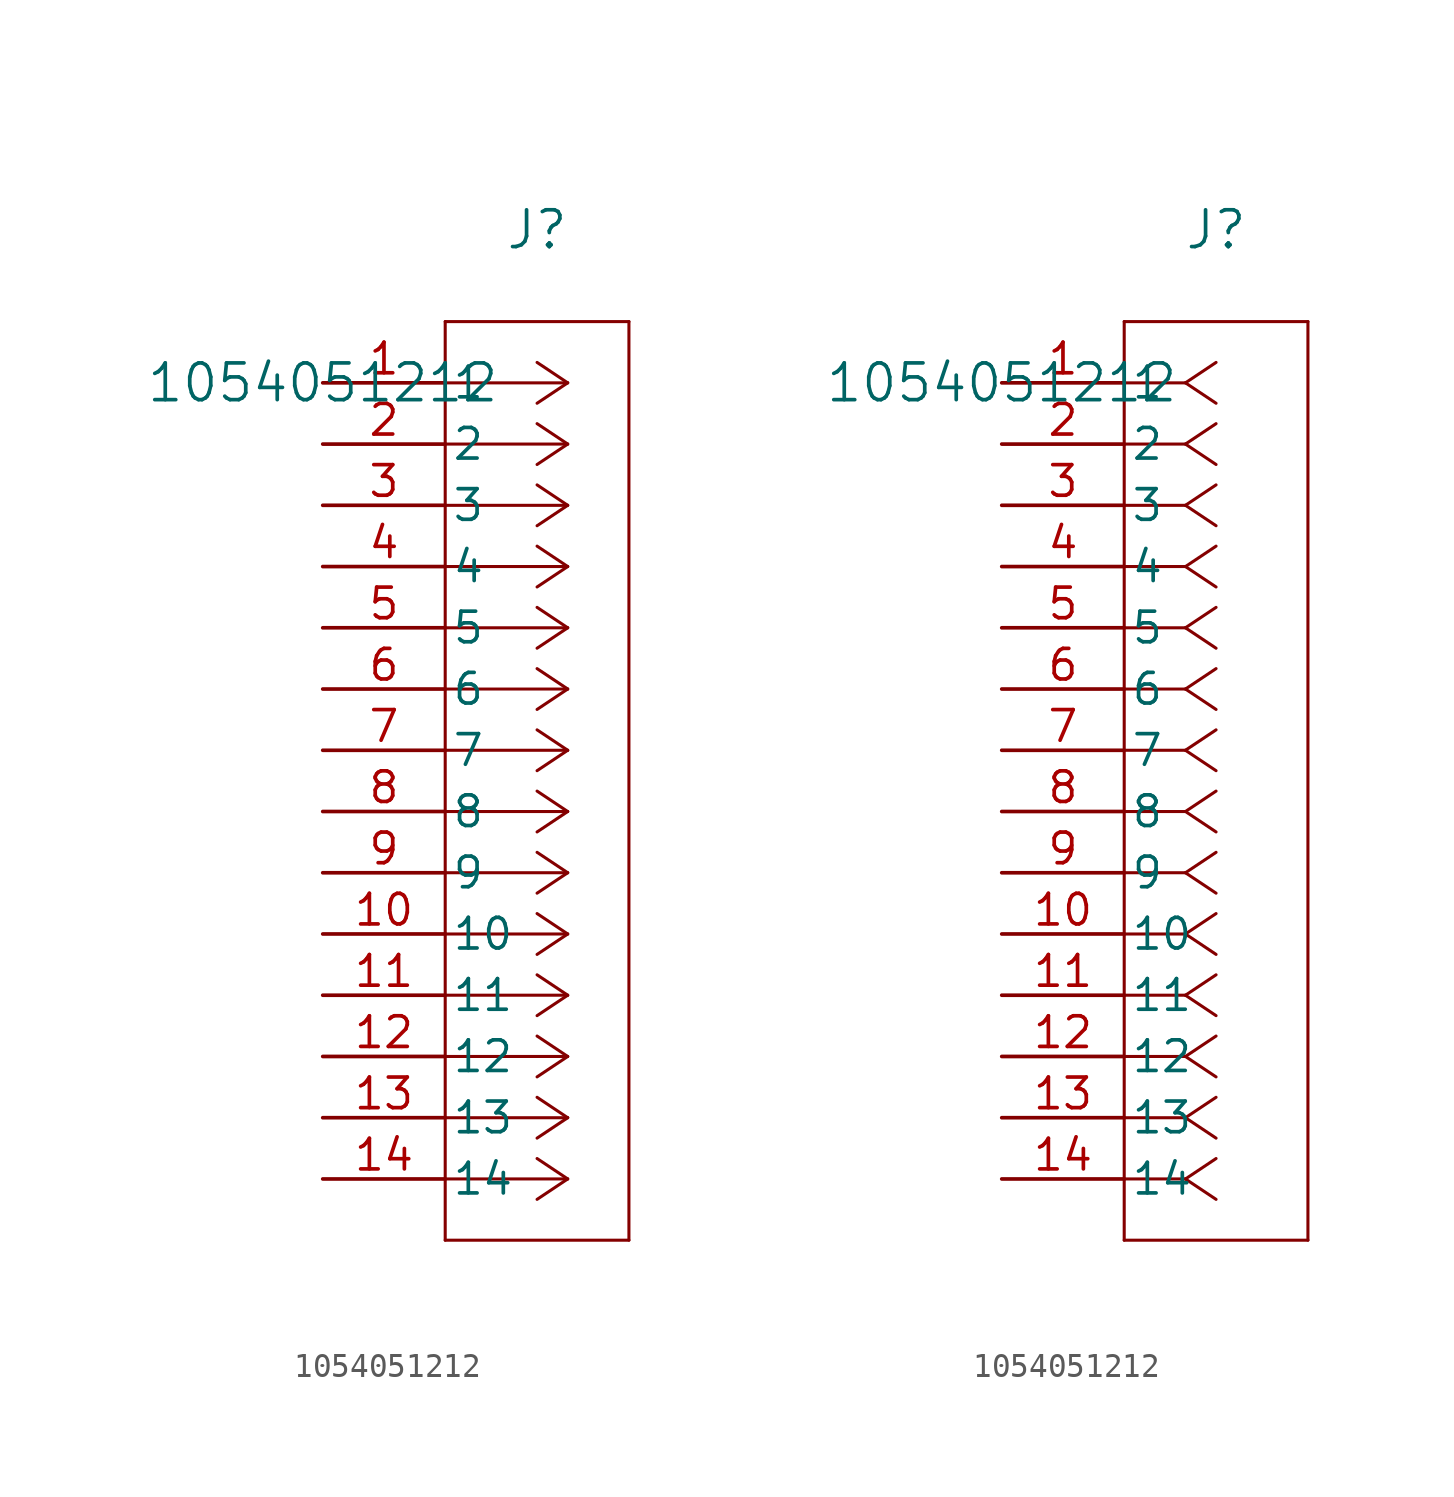
<source format=kicad_sym>
(kicad_symbol_lib
  (version 20231120)
  (generator "kicad_symbol_editor")
  (generator_version "8.0")
  (symbol "1054051212"
    (pin_names
      (offset 0.254))
    (property "Reference" "J"
      (at 8.89 6.35 0)
      (effects (font (size 1.524 1.524))))
    (property "Value" "1054051212"
      (at 0 0 0)
      (effects (font (size 1.524 1.524))))
    (property "ki_locked" ""
      (at 0 0 0)
      (effects (font (size 1.27 1.27))))
    (symbol "1054051212_1_1"
      (polyline (pts (xy 5.08 -35.56) (xy 12.7 -35.56)) (stroke (width 0.127) (type default)) (fill (type none)))
      (polyline (pts (xy 5.08 2.54) (xy 5.08 -35.56)) (stroke (width 0.127) (type default)) (fill (type none)))
      (polyline (pts (xy 10.16 -33.02) (xy 5.08 -33.02)) (stroke (width 0.127) (type default)) (fill (type none)))
      (polyline (pts (xy 10.16 -33.02) (xy 8.89 -33.867)) (stroke (width 0.127) (type default)) (fill (type none)))
      (polyline (pts (xy 10.16 -33.02) (xy 8.89 -32.173)) (stroke (width 0.127) (type default)) (fill (type none)))
      (polyline (pts (xy 10.16 -30.48) (xy 5.08 -30.48)) (stroke (width 0.127) (type default)) (fill (type none)))
      (polyline (pts (xy 10.16 -30.48) (xy 8.89 -31.327)) (stroke (width 0.127) (type default)) (fill (type none)))
      (polyline (pts (xy 10.16 -30.48) (xy 8.89 -29.633)) (stroke (width 0.127) (type default)) (fill (type none)))
      (polyline (pts (xy 10.16 -27.94) (xy 5.08 -27.94)) (stroke (width 0.127) (type default)) (fill (type none)))
      (polyline (pts (xy 10.16 -27.94) (xy 8.89 -28.787)) (stroke (width 0.127) (type default)) (fill (type none)))
      (polyline (pts (xy 10.16 -27.94) (xy 8.89 -27.093)) (stroke (width 0.127) (type default)) (fill (type none)))
      (polyline (pts (xy 10.16 -25.4) (xy 5.08 -25.4)) (stroke (width 0.127) (type default)) (fill (type none)))
      (polyline (pts (xy 10.16 -25.4) (xy 8.89 -26.247)) (stroke (width 0.127) (type default)) (fill (type none)))
      (polyline (pts (xy 10.16 -25.4) (xy 8.89 -24.553)) (stroke (width 0.127) (type default)) (fill (type none)))
      (polyline (pts (xy 10.16 -22.86) (xy 5.08 -22.86)) (stroke (width 0.127) (type default)) (fill (type none)))
      (polyline (pts (xy 10.16 -22.86) (xy 8.89 -23.707)) (stroke (width 0.127) (type default)) (fill (type none)))
      (polyline (pts (xy 10.16 -22.86) (xy 8.89 -22.013)) (stroke (width 0.127) (type default)) (fill (type none)))
      (polyline (pts (xy 10.16 -20.32) (xy 5.08 -20.32)) (stroke (width 0.127) (type default)) (fill (type none)))
      (polyline (pts (xy 10.16 -20.32) (xy 8.89 -21.167)) (stroke (width 0.127) (type default)) (fill (type none)))
      (polyline (pts (xy 10.16 -20.32) (xy 8.89 -19.473)) (stroke (width 0.127) (type default)) (fill (type none)))
      (polyline (pts (xy 10.16 -17.78) (xy 5.08 -17.78)) (stroke (width 0.127) (type default)) (fill (type none)))
      (polyline (pts (xy 10.16 -17.78) (xy 8.89 -18.627)) (stroke (width 0.127) (type default)) (fill (type none)))
      (polyline (pts (xy 10.16 -17.78) (xy 8.89 -16.933)) (stroke (width 0.127) (type default)) (fill (type none)))
      (polyline (pts (xy 10.16 -15.24) (xy 5.08 -15.24)) (stroke (width 0.127) (type default)) (fill (type none)))
      (polyline (pts (xy 10.16 -15.24) (xy 8.89 -16.087)) (stroke (width 0.127) (type default)) (fill (type none)))
      (polyline (pts (xy 10.16 -15.24) (xy 8.89 -14.393)) (stroke (width 0.127) (type default)) (fill (type none)))
      (polyline (pts (xy 10.16 -12.7) (xy 5.08 -12.7)) (stroke (width 0.127) (type default)) (fill (type none)))
      (polyline (pts (xy 10.16 -12.7) (xy 8.89 -13.547)) (stroke (width 0.127) (type default)) (fill (type none)))
      (polyline (pts (xy 10.16 -12.7) (xy 8.89 -11.853)) (stroke (width 0.127) (type default)) (fill (type none)))
      (polyline (pts (xy 10.16 -10.16) (xy 5.08 -10.16)) (stroke (width 0.127) (type default)) (fill (type none)))
      (polyline (pts (xy 10.16 -10.16) (xy 8.89 -11.007)) (stroke (width 0.127) (type default)) (fill (type none)))
      (polyline (pts (xy 10.16 -10.16) (xy 8.89 -9.313)) (stroke (width 0.127) (type default)) (fill (type none)))
      (polyline (pts (xy 10.16 -7.62) (xy 5.08 -7.62)) (stroke (width 0.127) (type default)) (fill (type none)))
      (polyline (pts (xy 10.16 -7.62) (xy 8.89 -8.467)) (stroke (width 0.127) (type default)) (fill (type none)))
      (polyline (pts (xy 10.16 -7.62) (xy 8.89 -6.773)) (stroke (width 0.127) (type default)) (fill (type none)))
      (polyline (pts (xy 10.16 -5.08) (xy 5.08 -5.08)) (stroke (width 0.127) (type default)) (fill (type none)))
      (polyline (pts (xy 10.16 -5.08) (xy 8.89 -5.927)) (stroke (width 0.127) (type default)) (fill (type none)))
      (polyline (pts (xy 10.16 -5.08) (xy 8.89 -4.233)) (stroke (width 0.127) (type default)) (fill (type none)))
      (polyline (pts (xy 10.16 -2.54) (xy 5.08 -2.54)) (stroke (width 0.127) (type default)) (fill (type none)))
      (polyline (pts (xy 10.16 -2.54) (xy 8.89 -3.387)) (stroke (width 0.127) (type default)) (fill (type none)))
      (polyline (pts (xy 10.16 -2.54) (xy 8.89 -1.693)) (stroke (width 0.127) (type default)) (fill (type none)))
      (polyline (pts (xy 10.16 0) (xy 5.08 0)) (stroke (width 0.127) (type default)) (fill (type none)))
      (polyline (pts (xy 10.16 0) (xy 8.89 -0.847)) (stroke (width 0.127) (type default)) (fill (type none)))
      (polyline (pts (xy 10.16 0) (xy 8.89 0.847)) (stroke (width 0.127) (type default)) (fill (type none)))
      (polyline (pts (xy 12.7 -35.56) (xy 12.7 2.54)) (stroke (width 0.127) (type default)) (fill (type none)))
      (polyline (pts (xy 12.7 2.54) (xy 5.08 2.54)) (stroke (width 0.127) (type default)) (fill (type none)))
      (pin unspecified line (at 0 0 0) (length 5.08) (name "1" (effects (font (size 1.27 1.27)))) (number "1" (effects (font (size 1.27 1.27)))))
      (pin unspecified line (at 0 -22.86 0) (length 5.08) (name "10" (effects (font (size 1.27 1.27)))) (number "10" (effects (font (size 1.27 1.27)))))
      (pin unspecified line (at 0 -25.4 0) (length 5.08) (name "11" (effects (font (size 1.27 1.27)))) (number "11" (effects (font (size 1.27 1.27)))))
      (pin unspecified line (at 0 -27.94 0) (length 5.08) (name "12" (effects (font (size 1.27 1.27)))) (number "12" (effects (font (size 1.27 1.27)))))
      (pin unspecified line (at 0 -30.48 0) (length 5.08) (name "13" (effects (font (size 1.27 1.27)))) (number "13" (effects (font (size 1.27 1.27)))))
      (pin unspecified line (at 0 -33.02 0) (length 5.08) (name "14" (effects (font (size 1.27 1.27)))) (number "14" (effects (font (size 1.27 1.27)))))
      (pin unspecified line (at 0 -2.54 0) (length 5.08) (name "2" (effects (font (size 1.27 1.27)))) (number "2" (effects (font (size 1.27 1.27)))))
      (pin unspecified line (at 0 -5.08 0) (length 5.08) (name "3" (effects (font (size 1.27 1.27)))) (number "3" (effects (font (size 1.27 1.27)))))
      (pin unspecified line (at 0 -7.62 0) (length 5.08) (name "4" (effects (font (size 1.27 1.27)))) (number "4" (effects (font (size 1.27 1.27)))))
      (pin unspecified line (at 0 -10.16 0) (length 5.08) (name "5" (effects (font (size 1.27 1.27)))) (number "5" (effects (font (size 1.27 1.27)))))
      (pin unspecified line (at 0 -12.7 0) (length 5.08) (name "6" (effects (font (size 1.27 1.27)))) (number "6" (effects (font (size 1.27 1.27)))))
      (pin unspecified line (at 0 -15.24 0) (length 5.08) (name "7" (effects (font (size 1.27 1.27)))) (number "7" (effects (font (size 1.27 1.27)))))
      (pin unspecified line (at 0 -17.78 0) (length 5.08) (name "8" (effects (font (size 1.27 1.27)))) (number "8" (effects (font (size 1.27 1.27)))))
      (pin unspecified line (at 0 -20.32 0) (length 5.08) (name "9" (effects (font (size 1.27 1.27)))) (number "9" (effects (font (size 1.27 1.27))))))
    (symbol "1054051212_1_2"
      (polyline (pts (xy 5.08 -35.56) (xy 12.7 -35.56)) (stroke (width 0.127) (type default)) (fill (type none)))
      (polyline (pts (xy 5.08 2.54) (xy 5.08 -35.56)) (stroke (width 0.127) (type default)) (fill (type none)))
      (polyline (pts (xy 7.62 -33.02) (xy 5.08 -33.02)) (stroke (width 0.127) (type default)) (fill (type none)))
      (polyline (pts (xy 7.62 -33.02) (xy 8.89 -33.867)) (stroke (width 0.127) (type default)) (fill (type none)))
      (polyline (pts (xy 7.62 -33.02) (xy 8.89 -32.173)) (stroke (width 0.127) (type default)) (fill (type none)))
      (polyline (pts (xy 7.62 -30.48) (xy 5.08 -30.48)) (stroke (width 0.127) (type default)) (fill (type none)))
      (polyline (pts (xy 7.62 -30.48) (xy 8.89 -31.327)) (stroke (width 0.127) (type default)) (fill (type none)))
      (polyline (pts (xy 7.62 -30.48) (xy 8.89 -29.633)) (stroke (width 0.127) (type default)) (fill (type none)))
      (polyline (pts (xy 7.62 -27.94) (xy 5.08 -27.94)) (stroke (width 0.127) (type default)) (fill (type none)))
      (polyline (pts (xy 7.62 -27.94) (xy 8.89 -28.787)) (stroke (width 0.127) (type default)) (fill (type none)))
      (polyline (pts (xy 7.62 -27.94) (xy 8.89 -27.093)) (stroke (width 0.127) (type default)) (fill (type none)))
      (polyline (pts (xy 7.62 -25.4) (xy 5.08 -25.4)) (stroke (width 0.127) (type default)) (fill (type none)))
      (polyline (pts (xy 7.62 -25.4) (xy 8.89 -26.247)) (stroke (width 0.127) (type default)) (fill (type none)))
      (polyline (pts (xy 7.62 -25.4) (xy 8.89 -24.553)) (stroke (width 0.127) (type default)) (fill (type none)))
      (polyline (pts (xy 7.62 -22.86) (xy 5.08 -22.86)) (stroke (width 0.127) (type default)) (fill (type none)))
      (polyline (pts (xy 7.62 -22.86) (xy 8.89 -23.707)) (stroke (width 0.127) (type default)) (fill (type none)))
      (polyline (pts (xy 7.62 -22.86) (xy 8.89 -22.013)) (stroke (width 0.127) (type default)) (fill (type none)))
      (polyline (pts (xy 7.62 -20.32) (xy 5.08 -20.32)) (stroke (width 0.127) (type default)) (fill (type none)))
      (polyline (pts (xy 7.62 -20.32) (xy 8.89 -21.167)) (stroke (width 0.127) (type default)) (fill (type none)))
      (polyline (pts (xy 7.62 -20.32) (xy 8.89 -19.473)) (stroke (width 0.127) (type default)) (fill (type none)))
      (polyline (pts (xy 7.62 -17.78) (xy 5.08 -17.78)) (stroke (width 0.127) (type default)) (fill (type none)))
      (polyline (pts (xy 7.62 -17.78) (xy 8.89 -18.627)) (stroke (width 0.127) (type default)) (fill (type none)))
      (polyline (pts (xy 7.62 -17.78) (xy 8.89 -16.933)) (stroke (width 0.127) (type default)) (fill (type none)))
      (polyline (pts (xy 7.62 -15.24) (xy 5.08 -15.24)) (stroke (width 0.127) (type default)) (fill (type none)))
      (polyline (pts (xy 7.62 -15.24) (xy 8.89 -16.087)) (stroke (width 0.127) (type default)) (fill (type none)))
      (polyline (pts (xy 7.62 -15.24) (xy 8.89 -14.393)) (stroke (width 0.127) (type default)) (fill (type none)))
      (polyline (pts (xy 7.62 -12.7) (xy 5.08 -12.7)) (stroke (width 0.127) (type default)) (fill (type none)))
      (polyline (pts (xy 7.62 -12.7) (xy 8.89 -13.547)) (stroke (width 0.127) (type default)) (fill (type none)))
      (polyline (pts (xy 7.62 -12.7) (xy 8.89 -11.853)) (stroke (width 0.127) (type default)) (fill (type none)))
      (polyline (pts (xy 7.62 -10.16) (xy 5.08 -10.16)) (stroke (width 0.127) (type default)) (fill (type none)))
      (polyline (pts (xy 7.62 -10.16) (xy 8.89 -11.007)) (stroke (width 0.127) (type default)) (fill (type none)))
      (polyline (pts (xy 7.62 -10.16) (xy 8.89 -9.313)) (stroke (width 0.127) (type default)) (fill (type none)))
      (polyline (pts (xy 7.62 -7.62) (xy 5.08 -7.62)) (stroke (width 0.127) (type default)) (fill (type none)))
      (polyline (pts (xy 7.62 -7.62) (xy 8.89 -8.467)) (stroke (width 0.127) (type default)) (fill (type none)))
      (polyline (pts (xy 7.62 -7.62) (xy 8.89 -6.773)) (stroke (width 0.127) (type default)) (fill (type none)))
      (polyline (pts (xy 7.62 -5.08) (xy 5.08 -5.08)) (stroke (width 0.127) (type default)) (fill (type none)))
      (polyline (pts (xy 7.62 -5.08) (xy 8.89 -5.927)) (stroke (width 0.127) (type default)) (fill (type none)))
      (polyline (pts (xy 7.62 -5.08) (xy 8.89 -4.233)) (stroke (width 0.127) (type default)) (fill (type none)))
      (polyline (pts (xy 7.62 -2.54) (xy 5.08 -2.54)) (stroke (width 0.127) (type default)) (fill (type none)))
      (polyline (pts (xy 7.62 -2.54) (xy 8.89 -3.387)) (stroke (width 0.127) (type default)) (fill (type none)))
      (polyline (pts (xy 7.62 -2.54) (xy 8.89 -1.693)) (stroke (width 0.127) (type default)) (fill (type none)))
      (polyline (pts (xy 7.62 0) (xy 5.08 0)) (stroke (width 0.127) (type default)) (fill (type none)))
      (polyline (pts (xy 7.62 0) (xy 8.89 -0.847)) (stroke (width 0.127) (type default)) (fill (type none)))
      (polyline (pts (xy 7.62 0) (xy 8.89 0.847)) (stroke (width 0.127) (type default)) (fill (type none)))
      (polyline (pts (xy 12.7 -35.56) (xy 12.7 2.54)) (stroke (width 0.127) (type default)) (fill (type none)))
      (polyline (pts (xy 12.7 2.54) (xy 5.08 2.54)) (stroke (width 0.127) (type default)) (fill (type none)))
      (pin unspecified line (at 0 0 0) (length 5.08) (name "1" (effects (font (size 1.27 1.27)))) (number "1" (effects (font (size 1.27 1.27)))))
      (pin unspecified line (at 0 -22.86 0) (length 5.08) (name "10" (effects (font (size 1.27 1.27)))) (number "10" (effects (font (size 1.27 1.27)))))
      (pin unspecified line (at 0 -25.4 0) (length 5.08) (name "11" (effects (font (size 1.27 1.27)))) (number "11" (effects (font (size 1.27 1.27)))))
      (pin unspecified line (at 0 -27.94 0) (length 5.08) (name "12" (effects (font (size 1.27 1.27)))) (number "12" (effects (font (size 1.27 1.27)))))
      (pin unspecified line (at 0 -30.48 0) (length 5.08) (name "13" (effects (font (size 1.27 1.27)))) (number "13" (effects (font (size 1.27 1.27)))))
      (pin unspecified line (at 0 -33.02 0) (length 5.08) (name "14" (effects (font (size 1.27 1.27)))) (number "14" (effects (font (size 1.27 1.27)))))
      (pin unspecified line (at 0 -2.54 0) (length 5.08) (name "2" (effects (font (size 1.27 1.27)))) (number "2" (effects (font (size 1.27 1.27)))))
      (pin unspecified line (at 0 -5.08 0) (length 5.08) (name "3" (effects (font (size 1.27 1.27)))) (number "3" (effects (font (size 1.27 1.27)))))
      (pin unspecified line (at 0 -7.62 0) (length 5.08) (name "4" (effects (font (size 1.27 1.27)))) (number "4" (effects (font (size 1.27 1.27)))))
      (pin unspecified line (at 0 -10.16 0) (length 5.08) (name "5" (effects (font (size 1.27 1.27)))) (number "5" (effects (font (size 1.27 1.27)))))
      (pin unspecified line (at 0 -12.7 0) (length 5.08) (name "6" (effects (font (size 1.27 1.27)))) (number "6" (effects (font (size 1.27 1.27)))))
      (pin unspecified line (at 0 -15.24 0) (length 5.08) (name "7" (effects (font (size 1.27 1.27)))) (number "7" (effects (font (size 1.27 1.27)))))
      (pin unspecified line (at 0 -17.78 0) (length 5.08) (name "8" (effects (font (size 1.27 1.27)))) (number "8" (effects (font (size 1.27 1.27)))))
      (pin unspecified line (at 0 -20.32 0) (length 5.08) (name "9" (effects (font (size 1.27 1.27)))) (number "9" (effects (font (size 1.27 1.27))))))))
</source>
